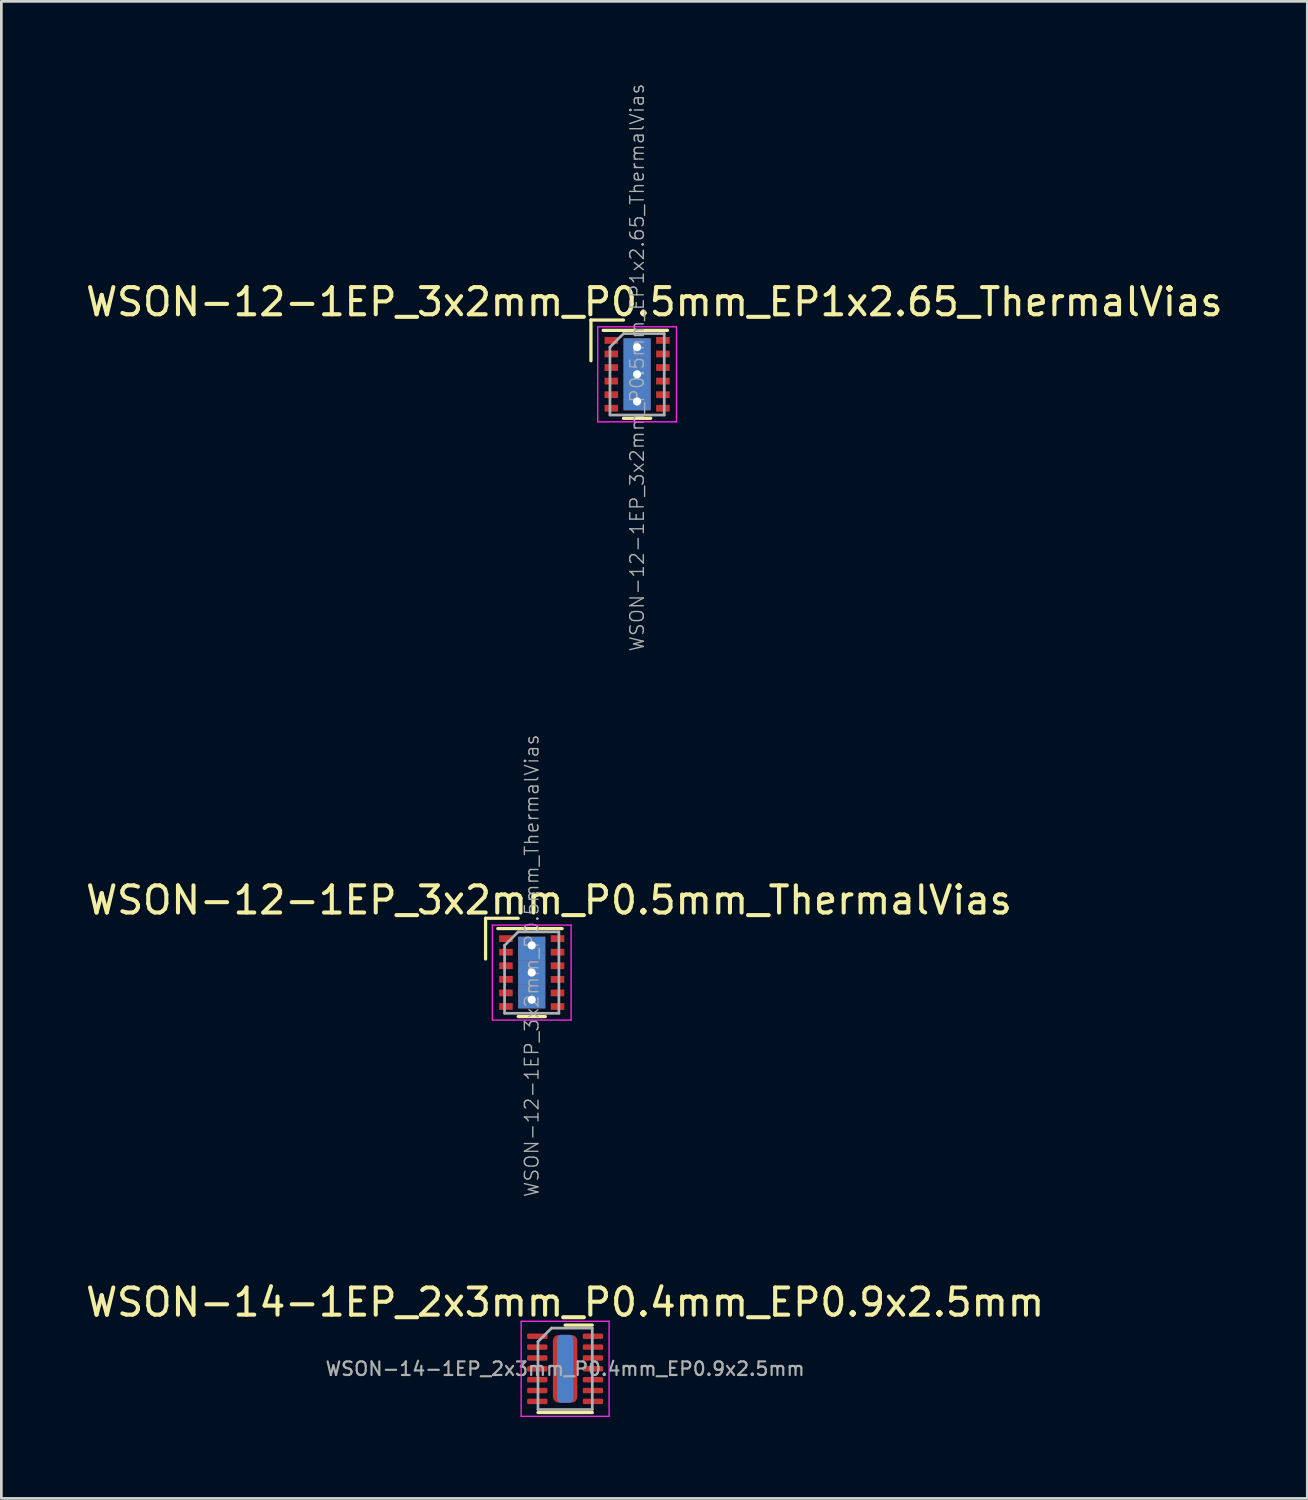
<source format=kicad_pcb>
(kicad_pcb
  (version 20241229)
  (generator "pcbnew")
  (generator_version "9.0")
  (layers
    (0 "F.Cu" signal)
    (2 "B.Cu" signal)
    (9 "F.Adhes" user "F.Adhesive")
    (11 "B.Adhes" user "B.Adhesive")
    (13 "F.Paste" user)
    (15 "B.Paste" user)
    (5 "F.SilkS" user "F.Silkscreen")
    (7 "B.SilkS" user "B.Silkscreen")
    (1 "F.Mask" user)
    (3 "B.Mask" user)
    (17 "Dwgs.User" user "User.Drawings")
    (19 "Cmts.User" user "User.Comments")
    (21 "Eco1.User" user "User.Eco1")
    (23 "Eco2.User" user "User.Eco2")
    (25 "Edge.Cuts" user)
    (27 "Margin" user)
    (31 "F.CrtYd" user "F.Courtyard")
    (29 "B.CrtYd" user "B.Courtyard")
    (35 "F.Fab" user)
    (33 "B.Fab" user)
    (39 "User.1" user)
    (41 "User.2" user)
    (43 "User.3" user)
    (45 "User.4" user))
  (footprint "WSON-12-1EP_3x2mm_P0.5mm_EP1x2.65_ThermalVias"
    (layer "F.Cu")
    (at 20.419 10.739)
    (property "Reference" "WSON-12-1EP_3x2mm_P0.5mm_EP1x2.65_ThermalVias" (at 0.635 -2.667 0) (layer "F.SilkS") (effects (font (size 1 1) (thickness 0.15))))
    (attr smd)
    (fp_line (start -1.7 -2) (end -0.5 -2) (stroke (width 0.12) (type solid)) (layer "F.SilkS"))
    (fp_line (start -1.7 -0.5) (end -1.7 -2) (stroke (width 0.12) (type solid)) (layer "F.SilkS"))
    (fp_line (start -1.25 -1.62) (end 1.12 -1.62) (stroke (width 0.12) (type solid)) (layer "F.SilkS"))
    (fp_line (start 0.5 1.62) (end -0.5 1.62) (stroke (width 0.12) (type solid)) (layer "F.SilkS"))
    (fp_line (start -1.45 -1.75) (end 1.45 -1.75) (stroke (width 0.05) (type solid)) (layer "F.CrtYd"))
    (fp_line (start -1.45 1.75) (end -1.45 -1.75) (stroke (width 0.05) (type solid)) (layer "F.CrtYd"))
    (fp_line (start 1.45 -1.75) (end 1.45 1.75) (stroke (width 0.05) (type solid)) (layer "F.CrtYd"))
    (fp_line (start 1.45 1.75) (end -1.45 1.75) (stroke (width 0.05) (type solid)) (layer "F.CrtYd"))
    (fp_line (start -1 -1) (end -0.5 -1.5) (stroke (width 0.1) (type solid)) (layer "F.Fab"))
    (fp_line (start -1 1.5) (end -1 -1) (stroke (width 0.1) (type solid)) (layer "F.Fab"))
    (fp_line (start -0.5 -1.5) (end 1 -1.5) (stroke (width 0.1) (type solid)) (layer "F.Fab"))
    (fp_line (start 1 -1.5) (end 1 1.5) (stroke (width 0.1) (type solid)) (layer "F.Fab"))
    (fp_line (start 1 1.5) (end -1 1.5) (stroke (width 0.1) (type solid)) (layer "F.Fab"))
    (fp_text user "${REFERENCE}" (at 0 -0.25 90) (layer "F.Fab") (effects (font (size 0.5 0.5) (thickness 0.05))))
    (pad "" smd rect (at 0 -0.5) (size 0.95 0.8) (layers "F.Paste"))
    (pad "" smd rect (at 0 0.5) (size 0.95 0.8) (layers "F.Paste"))
    (pad "1" smd rect (at -0.95 -1.25) (size 0.5 0.25) (layers "F.Cu" "F.Mask" "F.Paste"))
    (pad "2" smd rect (at -0.95 -0.75) (size 0.5 0.25) (layers "F.Cu" "F.Mask" "F.Paste"))
    (pad "3" smd rect (at -0.95 -0.25) (size 0.5 0.25) (layers "F.Cu" "F.Mask" "F.Paste"))
    (pad "4" smd rect (at -0.95 0.25) (size 0.5 0.25) (layers "F.Cu" "F.Mask" "F.Paste"))
    (pad "5" smd rect (at -0.95 0.75) (size 0.5 0.25) (layers "F.Cu" "F.Mask" "F.Paste"))
    (pad "6" smd rect (at -0.95 1.25) (size 0.5 0.25) (layers "F.Cu" "F.Mask" "F.Paste"))
    (pad "7" smd rect (at 0.95 1.25) (size 0.5 0.25) (layers "F.Cu" "F.Mask" "F.Paste"))
    (pad "8" smd rect (at 0.95 0.75) (size 0.5 0.25) (layers "F.Cu" "F.Mask" "F.Paste"))
    (pad "9" smd rect (at 0.95 0.25) (size 0.5 0.25) (layers "F.Cu" "F.Mask" "F.Paste"))
    (pad "10" smd rect (at 0.95 -0.25) (size 0.5 0.25) (layers "F.Cu" "F.Mask" "F.Paste"))
    (pad "11" smd rect (at 0.95 -0.75) (size 0.5 0.25) (layers "F.Cu" "F.Mask" "F.Paste"))
    (pad "12" smd rect (at 0.95 -1.25) (size 0.5 0.25) (layers "F.Cu" "F.Mask" "F.Paste"))
    (pad "13" thru_hole circle (at 0 -1 90) (size 0.6 0.6) (drill 0.3) (layers "*.Cu"))
    (pad "13" thru_hole circle (at 0 0) (size 0.6 0.6) (drill 0.3) (layers "*.Cu"))
    (pad "13" smd rect (at 0 0) (size 1 2.65) (layers "F.Cu" "F.Mask"))
    (pad "13" smd rect (at 0 0) (size 1 2.65) (layers "B.Cu"))
    (pad "13" thru_hole circle (at 0 1) (size 0.6 0.6) (drill 0.3) (layers "*.Cu")))
  (footprint "WSON-12-1EP_3x2mm_P0.5mm_ThermalVias"
    (layer "F.Cu")
    (at 16.538 32.777)
    (property "Reference" "WSON-12-1EP_3x2mm_P0.5mm_ThermalVias" (at 0.635 -2.667 0) (layer "F.SilkS") (effects (font (size 1 1) (thickness 0.15))))
    (attr smd)
    (fp_line (start -1.7 -2) (end -0.5 -2) (stroke (width 0.12) (type solid)) (layer "F.SilkS"))
    (fp_line (start -1.7 -0.5) (end -1.7 -2) (stroke (width 0.12) (type solid)) (layer "F.SilkS"))
    (fp_line (start -1.25 -1.62) (end 1.12 -1.62) (stroke (width 0.12) (type solid)) (layer "F.SilkS"))
    (fp_line (start 0.5 1.62) (end -0.5 1.62) (stroke (width 0.12) (type solid)) (layer "F.SilkS"))
    (fp_line (start -1.45 -1.75) (end 1.45 -1.75) (stroke (width 0.05) (type solid)) (layer "F.CrtYd"))
    (fp_line (start -1.45 1.75) (end -1.45 -1.75) (stroke (width 0.05) (type solid)) (layer "F.CrtYd"))
    (fp_line (start 1.45 -1.75) (end 1.45 1.75) (stroke (width 0.05) (type solid)) (layer "F.CrtYd"))
    (fp_line (start 1.45 1.75) (end -1.45 1.75) (stroke (width 0.05) (type solid)) (layer "F.CrtYd"))
    (fp_line (start -1 -1) (end -0.5 -1.5) (stroke (width 0.1) (type solid)) (layer "F.Fab"))
    (fp_line (start -1 1.5) (end -1 -1) (stroke (width 0.1) (type solid)) (layer "F.Fab"))
    (fp_line (start -0.5 -1.5) (end 1 -1.5) (stroke (width 0.1) (type solid)) (layer "F.Fab"))
    (fp_line (start 1 -1.5) (end 1 1.5) (stroke (width 0.1) (type solid)) (layer "F.Fab"))
    (fp_line (start 1 1.5) (end -1 1.5) (stroke (width 0.1) (type solid)) (layer "F.Fab"))
    (fp_text user "${REFERENCE}" (at 0 -0.25 90) (layer "F.Fab") (effects (font (size 0.5 0.5) (thickness 0.05))))
    (pad "1" smd rect (at -0.95 -1.25) (size 0.5 0.25) (layers "F.Cu" "F.Mask" "F.Paste"))
    (pad "2" smd rect (at -0.95 -0.75) (size 0.5 0.25) (layers "F.Cu" "F.Mask" "F.Paste"))
    (pad "3" smd rect (at -0.95 -0.25) (size 0.5 0.25) (layers "F.Cu" "F.Mask" "F.Paste"))
    (pad "4" smd rect (at -0.95 0.25) (size 0.5 0.25) (layers "F.Cu" "F.Mask" "F.Paste"))
    (pad "5" smd rect (at -0.95 0.75) (size 0.5 0.25) (layers "F.Cu" "F.Mask" "F.Paste"))
    (pad "6" smd rect (at -0.95 1.25) (size 0.5 0.25) (layers "F.Cu" "F.Mask" "F.Paste"))
    (pad "7" smd rect (at 0.95 1.25) (size 0.5 0.25) (layers "F.Cu" "F.Mask" "F.Paste"))
    (pad "8" smd rect (at 0.95 0.75) (size 0.5 0.25) (layers "F.Cu" "F.Mask" "F.Paste"))
    (pad "9" smd rect (at 0.95 0.25) (size 0.5 0.25) (layers "F.Cu" "F.Mask" "F.Paste"))
    (pad "10" smd rect (at 0.95 -0.25) (size 0.5 0.25) (layers "F.Cu" "F.Mask" "F.Paste"))
    (pad "11" smd rect (at 0.95 -0.75) (size 0.5 0.25) (layers "F.Cu" "F.Mask" "F.Paste"))
    (pad "12" smd rect (at 0.95 -1.25) (size 0.5 0.25) (layers "F.Cu" "F.Mask" "F.Paste"))
    (pad "13" thru_hole circle (at 0 -1 90) (size 0.6 0.6) (drill 0.3) (layers "*.Cu" "*.Mask"))
    (pad "13" smd rect (at 0 -0.88) (size 1 0.88) (layers "F.Cu" "F.Mask"))
    (pad "13" smd rect (at 0 -0.88) (size 1 0.88) (layers "B.Cu" "B.Mask"))
    (pad "13" smd rect (at 0 -0.685) (size 0.95 1.17) (layers "F.Cu" "F.Mask" "F.Paste"))
    (pad "13" thru_hole circle (at 0 0) (size 0.6 0.6) (drill 0.3) (layers "*.Cu" "*.Mask"))
    (pad "13" smd rect (at 0 0) (size 1 0.89) (layers "F.Cu"))
    (pad "13" smd rect (at 0 0) (size 1 0.89) (layers "B.Cu" "B.Mask"))
    (pad "13" smd rect (at 0 0.685) (size 0.95 1.17) (layers "F.Cu" "B.Mask" "F.Paste"))
    (pad "13" smd rect (at 0 0.88) (size 1 0.88) (layers "F.Cu"))
    (pad "13" smd rect (at 0 0.88) (size 1 0.88) (layers "B.Cu" "B.Mask"))
    (pad "13" thru_hole circle (at 0 1) (size 0.6 0.6) (drill 0.3) (layers "*.Cu" "*.Mask")))
  (footprint "WSON-14-1EP_2x3mm_P0.4mm_EP0.9x2.5mm"
    (layer "F.Cu")
    (at 17.768 47.374)
    (property "Reference" "WSON-14-1EP_2x3mm_P0.4mm_EP0.9x2.5mm" (at 0 -2.45 0) (layer "F.SilkS") (effects (font (size 1 1) (thickness 0.15))))
    (attr smd)
    (fp_line (start -1 1.61) (end 1 1.61) (stroke (width 0.12) (type solid)) (layer "F.SilkS"))
    (fp_line (start 0 -1.61) (end 1 -1.61) (stroke (width 0.12) (type solid)) (layer "F.SilkS"))
    (fp_line (start -1.62 -1.75) (end -1.62 1.75) (stroke (width 0.05) (type solid)) (layer "F.CrtYd"))
    (fp_line (start -1.62 1.75) (end 1.62 1.75) (stroke (width 0.05) (type solid)) (layer "F.CrtYd"))
    (fp_line (start 1.62 -1.75) (end -1.62 -1.75) (stroke (width 0.05) (type solid)) (layer "F.CrtYd"))
    (fp_line (start 1.62 1.75) (end 1.62 -1.75) (stroke (width 0.05) (type solid)) (layer "F.CrtYd"))
    (fp_line (start -1 -1) (end -0.5 -1.5) (stroke (width 0.1) (type solid)) (layer "F.Fab"))
    (fp_line (start -1 1.5) (end -1 -1) (stroke (width 0.1) (type solid)) (layer "F.Fab"))
    (fp_line (start -0.5 -1.5) (end 1 -1.5) (stroke (width 0.1) (type solid)) (layer "F.Fab"))
    (fp_line (start 1 -1.5) (end 1 1.5) (stroke (width 0.1) (type solid)) (layer "F.Fab"))
    (fp_line (start 1 1.5) (end -1 1.5) (stroke (width 0.1) (type solid)) (layer "F.Fab"))
    (fp_text user "${REFERENCE}" (at 0 0 0) (layer "F.Fab") (effects (font (size 0.5 0.5) (thickness 0.08))))
    (pad "" smd roundrect (at 0 -0.625) (size 0.78 1.08) (layers "F.Paste") (roundrect_rratio 0.25))
    (pad "" smd roundrect (at 0 0.625) (size 0.78 1.08) (layers "F.Paste") (roundrect_rratio 0.25))
    (pad "1" smd roundrect (at -1.025 -1.2) (size 0.75 0.2) (layers "F.Cu" "F.Mask" "F.Paste") (roundrect_rratio 0.25))
    (pad "2" smd roundrect (at -1.025 -0.8) (size 0.75 0.2) (layers "F.Cu" "F.Mask" "F.Paste") (roundrect_rratio 0.25))
    (pad "3" smd roundrect (at -1.025 -0.4) (size 0.75 0.2) (layers "F.Cu" "F.Mask" "F.Paste") (roundrect_rratio 0.25))
    (pad "4" smd roundrect (at -1.025 0) (size 0.75 0.2) (layers "F.Cu" "F.Mask" "F.Paste") (roundrect_rratio 0.25))
    (pad "5" smd roundrect (at -1.025 0.4) (size 0.75 0.2) (layers "F.Cu" "F.Mask" "F.Paste") (roundrect_rratio 0.25))
    (pad "6" smd roundrect (at -1.025 0.8) (size 0.75 0.2) (layers "F.Cu" "F.Mask" "F.Paste") (roundrect_rratio 0.25))
    (pad "7" smd roundrect (at -1.025 1.2) (size 0.75 0.2) (layers "F.Cu" "F.Mask" "F.Paste") (roundrect_rratio 0.25))
    (pad "8" smd roundrect (at 1.025 1.2) (size 0.75 0.2) (layers "F.Cu" "F.Mask" "F.Paste") (roundrect_rratio 0.25))
    (pad "9" smd roundrect (at 1.025 0.8) (size 0.75 0.2) (layers "F.Cu" "F.Mask" "F.Paste") (roundrect_rratio 0.25))
    (pad "10" smd roundrect (at 1.025 0.4) (size 0.75 0.2) (layers "F.Cu" "F.Mask" "F.Paste") (roundrect_rratio 0.25))
    (pad "11" smd roundrect (at 1.025 0) (size 0.75 0.2) (layers "F.Cu" "F.Mask" "F.Paste") (roundrect_rratio 0.25))
    (pad "12" smd roundrect (at 1.025 -0.4) (size 0.75 0.2) (layers "F.Cu" "F.Mask" "F.Paste") (roundrect_rratio 0.25))
    (pad "13" smd roundrect (at 1.025 -0.8) (size 0.75 0.2) (layers "F.Cu" "F.Mask" "F.Paste") (roundrect_rratio 0.25))
    (pad "14" smd roundrect (at 1.025 -1.2) (size 0.75 0.2) (layers "F.Cu" "F.Mask" "F.Paste") (roundrect_rratio 0.25))
    (pad "15" smd roundrect (at 0 0) (size 0.6 2.5) (layers "B.Cu") (roundrect_rratio 0.25))
    (pad "15" smd roundrect (at 0 0) (size 0.9 2.5) (layers "F.Cu" "F.Mask") (roundrect_rratio 0.25)))
  (gr_rect
    (start -3 -3)
    (end 45.107 52.149)
    (stroke (width 0.1) (type default))
    (fill no)
    (layer "Edge.Cuts")))
</source>
